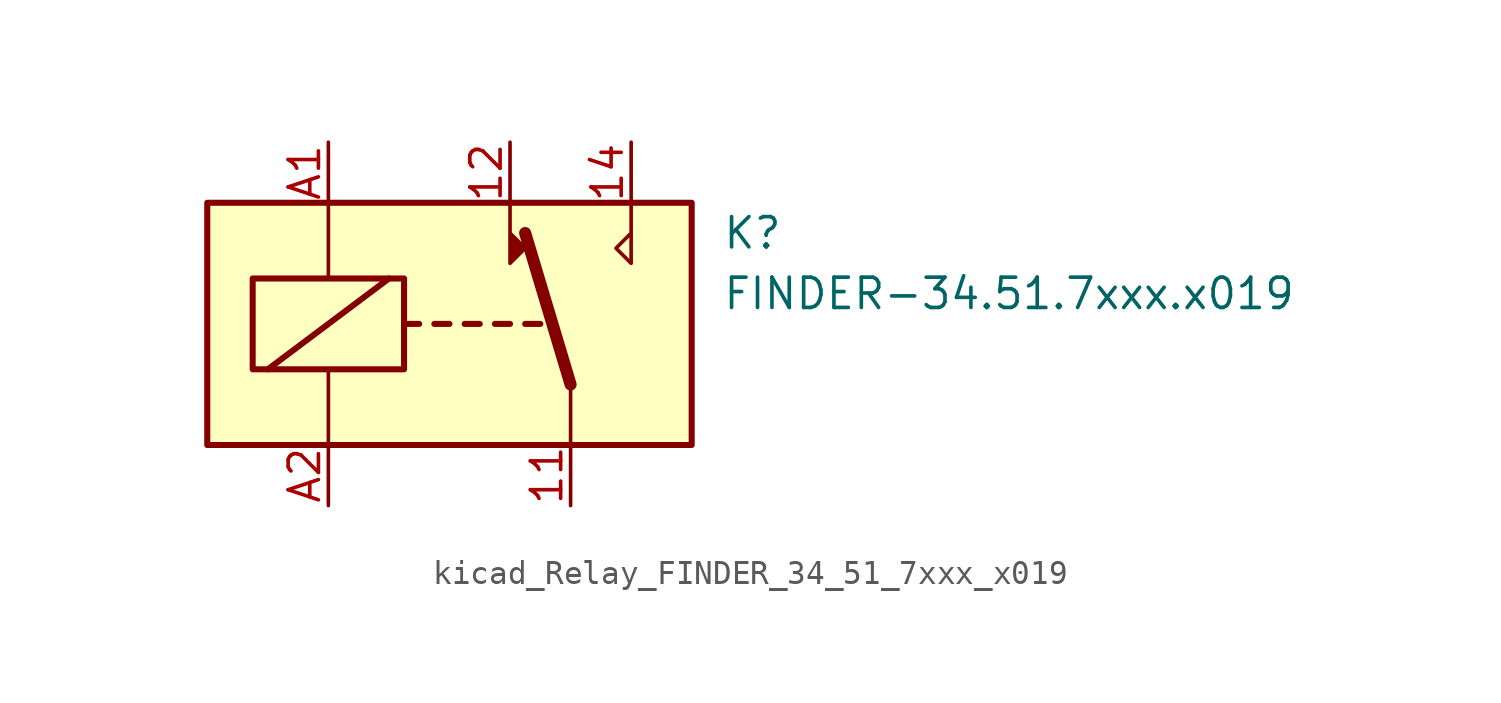
<source format=kicad_sym>
(kicad_symbol_lib
  (version 20220914)
  (generator kicad_symbol_editor)
  (symbol "kicad_Relay_FINDER_34_51_7xxx_x019"
    (property "Reference" "K"
      (at 11.43 3.81 0)
      (effects (font (size 1.27 1.27)) (justify left)))
    (property "Value" "FINDER-34.51.7xxx.x019"
      (at 11.43 1.27 0)
      (effects (font (size 1.27 1.27)) (justify left)))
    (symbol "kicad_Relay_FINDER_34_51_7xxx_x019_0_0"
      (polyline (pts (xy 7.62 5.08) (xy 7.62 2.54) (xy 6.985 3.175) (xy 7.62 3.81)) (stroke (width 0) (type default)) (fill (type none))))
    (symbol "kicad_Relay_FINDER_34_51_7xxx_x019_0_1"
      (rectangle (start -10.16 5.08) (end 10.16 -5.08) (stroke (width 0.254) (type default)) (fill (type background)))
      (rectangle (start -8.255 1.905) (end -1.905 -1.905) (stroke (width 0.254) (type default)) (fill (type none)))
      (polyline (pts (xy -7.62 -1.905) (xy -2.54 1.905)) (stroke (width 0.254) (type default)) (fill (type none)))
      (polyline (pts (xy -5.08 -5.08) (xy -5.08 -1.905)) (stroke (width 0) (type default)) (fill (type none)))
      (polyline (pts (xy -5.08 5.08) (xy -5.08 1.905)) (stroke (width 0) (type default)) (fill (type none)))
      (polyline (pts (xy -1.905 0) (xy -1.27 0)) (stroke (width 0.254) (type default)) (fill (type none)))
      (polyline (pts (xy -0.635 0) (xy 0 0)) (stroke (width 0.254) (type default)) (fill (type none)))
      (polyline (pts (xy 0.635 0) (xy 1.27 0)) (stroke (width 0.254) (type default)) (fill (type none)))
      (polyline (pts (xy 1.905 0) (xy 2.54 0)) (stroke (width 0.254) (type default)) (fill (type none)))
      (polyline (pts (xy 3.175 0) (xy 3.81 0)) (stroke (width 0.254) (type default)) (fill (type none)))
      (polyline (pts (xy 5.08 -2.54) (xy 3.175 3.81)) (stroke (width 0.508) (type default)) (fill (type none)))
      (polyline (pts (xy 5.08 -2.54) (xy 5.08 -5.08)) (stroke (width 0) (type default)) (fill (type none)))
      (polyline (pts (xy 2.54 5.08) (xy 2.54 2.54) (xy 3.175 3.175) (xy 2.54 3.81)) (stroke (width 0) (type default)) (fill (type outline))))
    (symbol "kicad_Relay_FINDER_34_51_7xxx_x019_1_1"
      (pin passive line (at 5.08 -7.62 90) (length 2.54) (name "~" (effects (font (size 1.27 1.27)))) (number "11" (effects (font (size 1.27 1.27)))))
      (pin passive line (at 2.54 7.62 270) (length 2.54) (name "~" (effects (font (size 1.27 1.27)))) (number "12" (effects (font (size 1.27 1.27)))))
      (pin passive line (at 7.62 7.62 270) (length 2.54) (name "~" (effects (font (size 1.27 1.27)))) (number "14" (effects (font (size 1.27 1.27)))))
      (pin passive line (at -5.08 7.62 270) (length 2.54) (name "~" (effects (font (size 1.27 1.27)))) (number "A1" (effects (font (size 1.27 1.27)))))
      (pin passive line (at -5.08 -7.62 90) (length 2.54) (name "~" (effects (font (size 1.27 1.27)))) (number "A2" (effects (font (size 1.27 1.27))))))))
</source>
